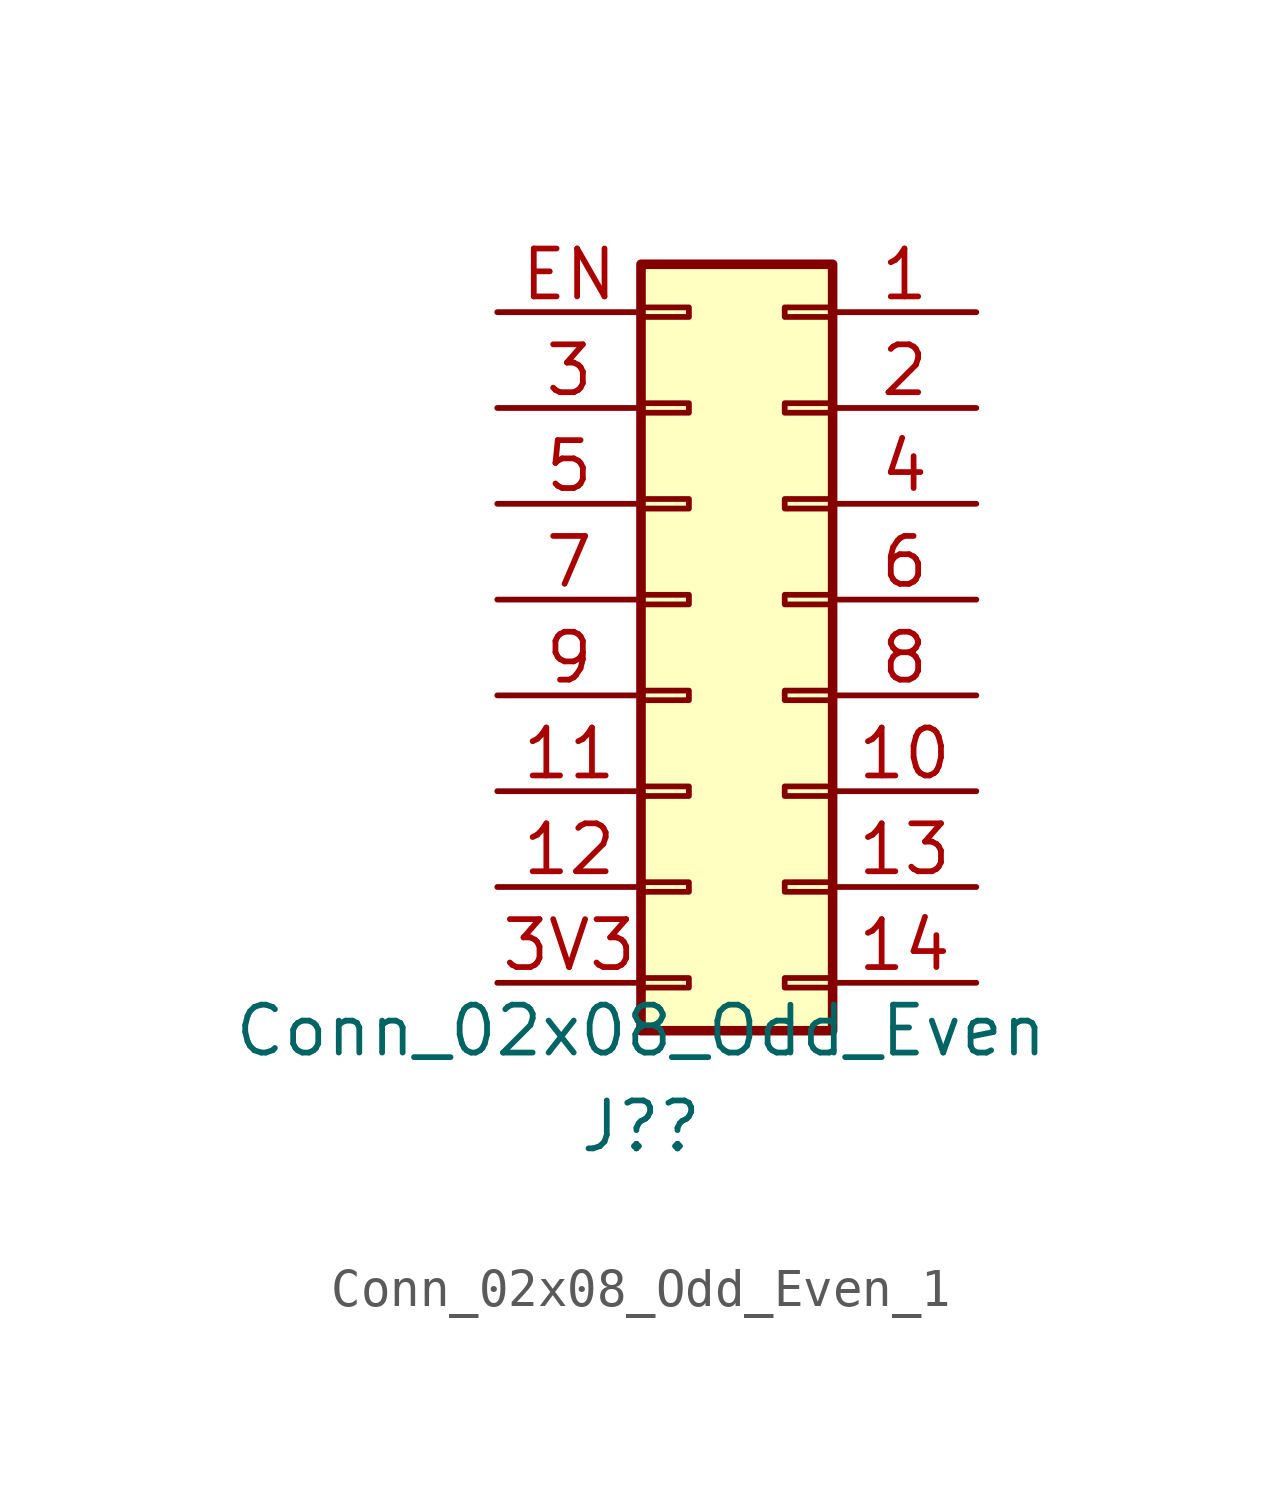
<source format=kicad_sym>
(kicad_symbol_lib
  (version 20211014)
  (generator kicad_symbol_editor)
  (symbol "Conn_02x08_Odd_Even_1"
    (pin_names
      (offset 1.016) hide)
    (property "Reference" "J?"
      (at -1.27 -13.97 0)
      (effects (font (size 1.27 1.27))))
    (property "Value" "Conn_02x08_Odd_Even"
      (at -1.27 -11.43 0)
      (effects (font (size 1.27 1.27))))
    (symbol "Conn_02x08_Odd_Even_1_1_1"
      (rectangle (start -1.27 -10.033) (end 0 -10.287) (stroke (width 0.152) (type default) (color 0 0 0 0)) (fill (type none)))
      (rectangle (start -1.27 -7.493) (end 0 -7.747) (stroke (width 0.152) (type default) (color 0 0 0 0)) (fill (type none)))
      (rectangle (start -1.27 -4.953) (end 0 -5.207) (stroke (width 0.152) (type default) (color 0 0 0 0)) (fill (type none)))
      (rectangle (start -1.27 -2.413) (end 0 -2.667) (stroke (width 0.152) (type default) (color 0 0 0 0)) (fill (type none)))
      (rectangle (start -1.27 0.127) (end 0 -0.127) (stroke (width 0.152) (type default) (color 0 0 0 0)) (fill (type none)))
      (rectangle (start -1.27 2.667) (end 0 2.413) (stroke (width 0.152) (type default) (color 0 0 0 0)) (fill (type none)))
      (rectangle (start -1.27 5.207) (end 0 4.953) (stroke (width 0.152) (type default) (color 0 0 0 0)) (fill (type none)))
      (rectangle (start -1.27 7.747) (end 0 7.493) (stroke (width 0.152) (type default) (color 0 0 0 0)) (fill (type none)))
      (rectangle (start -1.27 8.89) (end 3.81 -11.43) (stroke (width 0.254) (type default) (color 0 0 0 0)) (fill (type background)))
      (rectangle (start 3.81 -10.033) (end 2.54 -10.287) (stroke (width 0.152) (type default) (color 0 0 0 0)) (fill (type none)))
      (rectangle (start 3.81 -7.493) (end 2.54 -7.747) (stroke (width 0.152) (type default) (color 0 0 0 0)) (fill (type none)))
      (rectangle (start 3.81 -4.953) (end 2.54 -5.207) (stroke (width 0.152) (type default) (color 0 0 0 0)) (fill (type none)))
      (rectangle (start 3.81 -2.413) (end 2.54 -2.667) (stroke (width 0.152) (type default) (color 0 0 0 0)) (fill (type none)))
      (rectangle (start 3.81 0.127) (end 2.54 -0.127) (stroke (width 0.152) (type default) (color 0 0 0 0)) (fill (type none)))
      (rectangle (start 3.81 2.667) (end 2.54 2.413) (stroke (width 0.152) (type default) (color 0 0 0 0)) (fill (type none)))
      (rectangle (start 3.81 5.207) (end 2.54 4.953) (stroke (width 0.152) (type default) (color 0 0 0 0)) (fill (type none)))
      (rectangle (start 3.81 7.747) (end 2.54 7.493) (stroke (width 0.152) (type default) (color 0 0 0 0)) (fill (type none)))
      (pin passive line (at 7.62 7.62 180) (length 3.81) (name "Pin_1" (effects (font (size 1.27 1.27)))) (number "1" (effects (font (size 1.27 1.27)))))
      (pin passive line (at 7.62 -5.08 180) (length 3.81) (name "Pin_10" (effects (font (size 1.27 1.27)))) (number "10" (effects (font (size 1.27 1.27)))))
      (pin passive line (at -5.08 -5.08 0) (length 3.81) (name "Pin_11" (effects (font (size 1.27 1.27)))) (number "11" (effects (font (size 1.27 1.27)))))
      (pin passive line (at -5.08 -7.62 0) (length 3.81) (name "Pin_12" (effects (font (size 1.27 1.27)))) (number "12" (effects (font (size 1.27 1.27)))))
      (pin passive line (at 7.62 -7.62 180) (length 3.81) (name "Pin_13" (effects (font (size 1.27 1.27)))) (number "13" (effects (font (size 1.27 1.27)))))
      (pin passive line (at 7.62 -10.16 180) (length 3.81) (name "Pin_14" (effects (font (size 1.27 1.27)))) (number "14" (effects (font (size 1.27 1.27)))))
      (pin passive line (at 7.62 5.08 180) (length 3.81) (name "Pin_2" (effects (font (size 1.27 1.27)))) (number "2" (effects (font (size 1.27 1.27)))))
      (pin passive line (at -5.08 5.08 0) (length 3.81) (name "Pin_3" (effects (font (size 1.27 1.27)))) (number "3" (effects (font (size 1.27 1.27)))))
      (pin passive line (at -5.08 -10.16 0) (length 3.81) (name "Pin_3V3" (effects (font (size 1.27 1.27)))) (number "3V3" (effects (font (size 1.27 1.27)))))
      (pin passive line (at 7.62 2.54 180) (length 3.81) (name "Pin_4" (effects (font (size 1.27 1.27)))) (number "4" (effects (font (size 1.27 1.27)))))
      (pin passive line (at -5.08 2.54 0) (length 3.81) (name "Pin_5" (effects (font (size 1.27 1.27)))) (number "5" (effects (font (size 1.27 1.27)))))
      (pin passive line (at 7.62 0 180) (length 3.81) (name "Pin_6" (effects (font (size 1.27 1.27)))) (number "6" (effects (font (size 1.27 1.27)))))
      (pin passive line (at -5.08 0 0) (length 3.81) (name "Pin_7" (effects (font (size 1.27 1.27)))) (number "7" (effects (font (size 1.27 1.27)))))
      (pin passive line (at 7.62 -2.54 180) (length 3.81) (name "Pin_8" (effects (font (size 1.27 1.27)))) (number "8" (effects (font (size 1.27 1.27)))))
      (pin passive line (at -5.08 -2.54 0) (length 3.81) (name "Pin_9" (effects (font (size 1.27 1.27)))) (number "9" (effects (font (size 1.27 1.27)))))
      (pin passive line (at -5.08 7.62 0) (length 3.81) (name "Pin_EN" (effects (font (size 1.27 1.27)))) (number "EN" (effects (font (size 1.27 1.27))))))))
</source>
